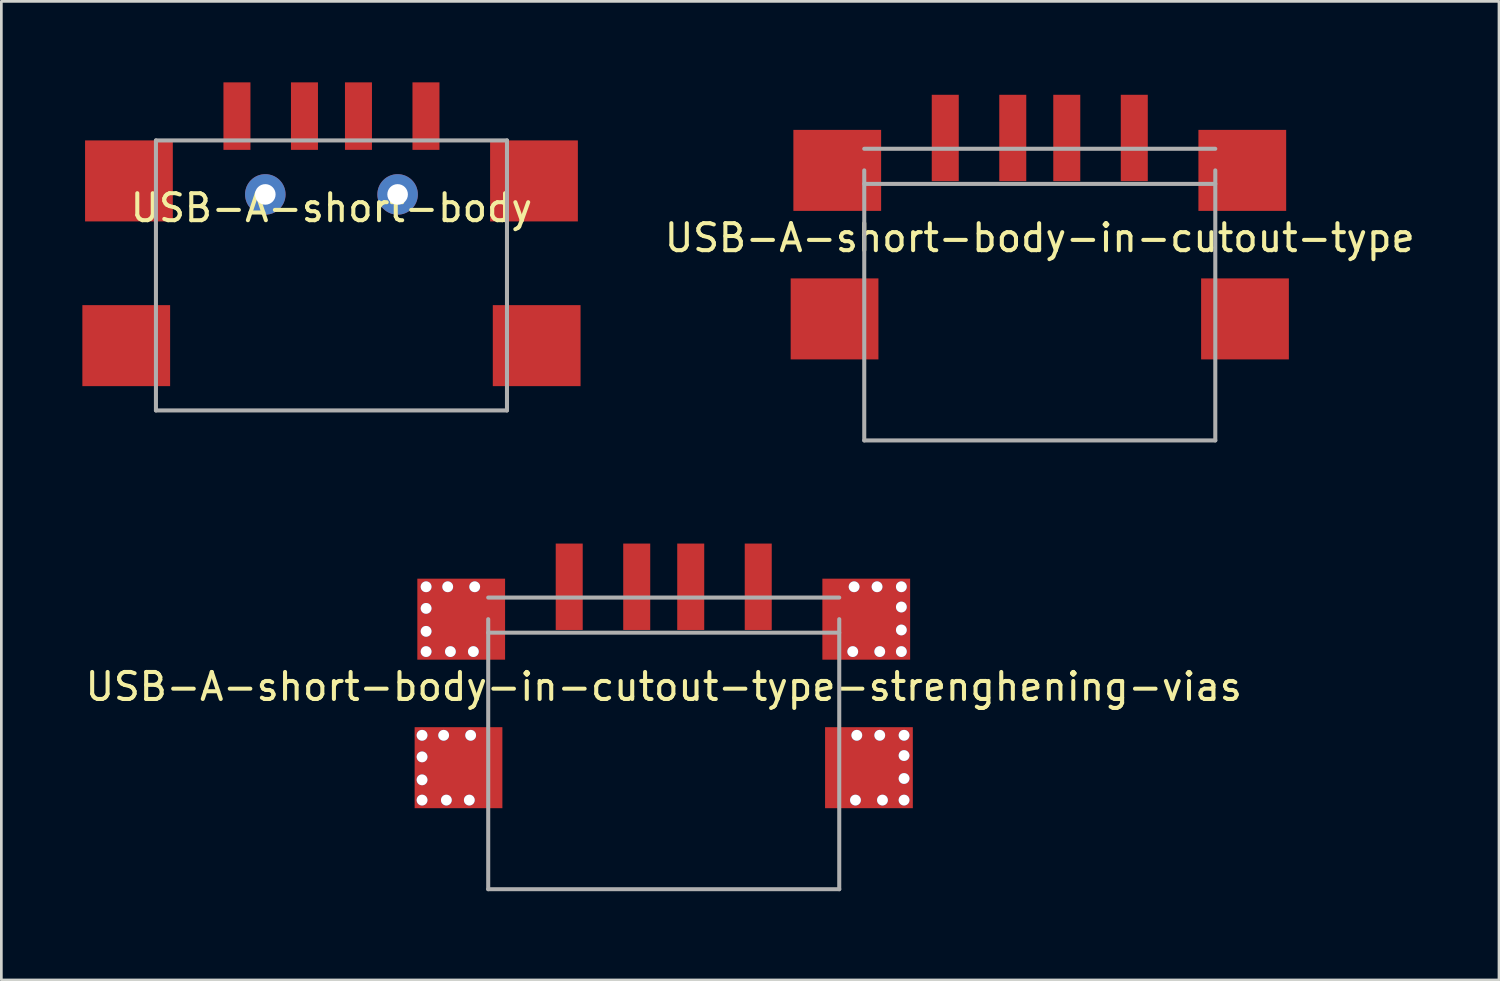
<source format=kicad_pcb>
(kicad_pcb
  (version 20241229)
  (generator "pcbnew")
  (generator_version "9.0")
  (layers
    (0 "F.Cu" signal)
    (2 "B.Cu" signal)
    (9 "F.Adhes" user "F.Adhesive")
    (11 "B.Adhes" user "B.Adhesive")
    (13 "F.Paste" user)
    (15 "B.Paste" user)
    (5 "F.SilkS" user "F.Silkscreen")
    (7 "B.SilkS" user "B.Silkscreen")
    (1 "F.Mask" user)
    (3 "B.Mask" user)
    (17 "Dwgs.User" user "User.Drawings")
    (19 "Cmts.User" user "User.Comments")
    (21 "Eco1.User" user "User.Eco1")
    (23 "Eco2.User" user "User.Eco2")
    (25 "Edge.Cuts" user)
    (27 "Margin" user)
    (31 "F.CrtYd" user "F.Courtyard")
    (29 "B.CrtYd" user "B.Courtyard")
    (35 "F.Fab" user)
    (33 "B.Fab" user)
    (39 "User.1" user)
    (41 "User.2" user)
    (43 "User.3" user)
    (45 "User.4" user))
  (footprint "USB-A-short-body-in-cutout-type-strenghening-vias"
    (layer "F.Cu")
    (at 21.53 29.88)
    (property "Reference" "USB-A-short-body-in-cutout-type-strenghening-vias" (at 0 -7.5 0) (unlocked yes) (layer "F.SilkS") (effects (font (size 1 1) (thickness 0.15))))
    (attr through_hole)
    (fp_line (start -6.7 0.2) (end -6.7 -13.2) (stroke (width 0.12) (type solid)) (layer "Eco1.User"))
    (fp_line (start 6.7 0.3) (end 6.7 -13.1) (stroke (width 0.12) (type solid)) (layer "Eco1.User"))
    (fp_line (start 9.6 -10.2) (end -11.7 -10.2) (stroke (width 0.12) (type solid)) (layer "Eco1.User"))
    (fp_line (start -6.5 -10) (end -6.5 0) (stroke (width 0.15) (type solid)) (layer "F.Fab"))
    (fp_line (start 6.5 -10.8) (end -6.5 -10.8) (stroke (width 0.15) (type solid)) (layer "F.Fab"))
    (fp_line (start 6.5 -10) (end 6.5 0) (stroke (width 0.15) (type solid)) (layer "F.Fab"))
    (fp_line (start 6.5 -9.5) (end -6.5 -9.5) (stroke (width 0.15) (type solid)) (layer "F.Fab"))
    (fp_line (start 6.5 0) (end -6.5 0) (stroke (width 0.15) (type solid)) (layer "F.Fab"))
    (pad "1" smd rect (at -3.5 -11.2) (size 1 3.2) (layers "F.Cu" "F.Mask" "F.Paste"))
    (pad "2" smd rect (at -1 -11.2) (size 1 3.2) (layers "F.Cu" "F.Mask" "F.Paste"))
    (pad "3" smd rect (at 1 -11.2) (size 1 3.2) (layers "F.Cu" "F.Mask" "F.Paste"))
    (pad "4" smd rect (at 3.5 -11.2) (size 1 3.2) (layers "F.Cu" "F.Mask" "F.Paste"))
    (pad "5" thru_hole circle (at -8.95 -5.7) (size 0.4 0.4) (drill 0.4) (layers "*.Cu" "*.Mask"))
    (pad "5" thru_hole circle (at -8.95 -4.9) (size 0.4 0.4) (drill 0.4) (layers "*.Cu" "*.Mask"))
    (pad "5" thru_hole circle (at -8.95 -4.05) (size 0.4 0.4) (drill 0.4) (layers "*.Cu" "*.Mask"))
    (pad "5" thru_hole circle (at -8.95 -3.3) (size 0.4 0.4) (drill 0.4) (layers "*.Cu" "*.Mask"))
    (pad "5" thru_hole circle (at -8.8 -11.2) (size 0.4 0.4) (drill 0.4) (layers "*.Cu" "*.Mask"))
    (pad "5" thru_hole circle (at -8.8 -10.4) (size 0.4 0.4) (drill 0.4) (layers "*.Cu" "*.Mask"))
    (pad "5" thru_hole circle (at -8.8 -9.55) (size 0.4 0.4) (drill 0.4) (layers "*.Cu" "*.Mask"))
    (pad "5" thru_hole circle (at -8.8 -8.8) (size 0.4 0.4) (drill 0.4) (layers "*.Cu" "*.Mask"))
    (pad "5" thru_hole circle (at -8.15 -5.7) (size 0.4 0.4) (drill 0.4) (layers "*.Cu" "*.Mask"))
    (pad "5" thru_hole circle (at -8.05 -3.3) (size 0.4 0.4) (drill 0.4) (layers "*.Cu" "*.Mask"))
    (pad "5" thru_hole circle (at -8 -11.2) (size 0.4 0.4) (drill 0.4) (layers "*.Cu" "*.Mask"))
    (pad "5" thru_hole circle (at -7.9 -8.8) (size 0.4 0.4) (drill 0.4) (layers "*.Cu" "*.Mask"))
    (pad "5" smd rect (at -7.6 -4.5) (size 3.25 3) (layers "F.Cu" "F.Mask" "F.Paste"))
    (pad "5" smd rect (at -7.5 -10) (size 3.25 3) (layers "F.Cu" "F.Mask" "F.Paste"))
    (pad "5" thru_hole circle (at -7.2 -3.3) (size 0.4 0.4) (drill 0.4) (layers "*.Cu" "*.Mask"))
    (pad "5" thru_hole circle (at -7.15 -5.7) (size 0.4 0.4) (drill 0.4) (layers "*.Cu" "*.Mask"))
    (pad "5" thru_hole circle (at -7.05 -8.8) (size 0.4 0.4) (drill 0.4) (layers "*.Cu" "*.Mask"))
    (pad "5" thru_hole circle (at -7 -11.2) (size 0.4 0.4) (drill 0.4) (layers "*.Cu" "*.Mask"))
    (pad "5" thru_hole circle (at 7 -8.8 180) (size 0.4 0.4) (drill 0.4) (layers "*.Cu" "*.Mask"))
    (pad "5" thru_hole circle (at 7.05 -11.2 180) (size 0.4 0.4) (drill 0.4) (layers "*.Cu" "*.Mask"))
    (pad "5" thru_hole circle (at 7.1 -3.3 180) (size 0.4 0.4) (drill 0.4) (layers "*.Cu" "*.Mask"))
    (pad "5" thru_hole circle (at 7.15 -5.7 180) (size 0.4 0.4) (drill 0.4) (layers "*.Cu" "*.Mask"))
    (pad "5" smd rect (at 7.5 -10) (size 3.25 3) (layers "F.Cu" "F.Mask" "F.Paste"))
    (pad "5" smd rect (at 7.6 -4.5) (size 3.25 3) (layers "F.Cu" "F.Mask" "F.Paste"))
    (pad "5" thru_hole circle (at 7.9 -11.2 180) (size 0.4 0.4) (drill 0.4) (layers "*.Cu" "*.Mask"))
    (pad "5" thru_hole circle (at 8 -8.8 180) (size 0.4 0.4) (drill 0.4) (layers "*.Cu" "*.Mask"))
    (pad "5" thru_hole circle (at 8 -5.7 180) (size 0.4 0.4) (drill 0.4) (layers "*.Cu" "*.Mask"))
    (pad "5" thru_hole circle (at 8.1 -3.3 180) (size 0.4 0.4) (drill 0.4) (layers "*.Cu" "*.Mask"))
    (pad "5" thru_hole circle (at 8.8 -11.2 180) (size 0.4 0.4) (drill 0.4) (layers "*.Cu" "*.Mask"))
    (pad "5" thru_hole circle (at 8.8 -10.45 180) (size 0.4 0.4) (drill 0.4) (layers "*.Cu" "*.Mask"))
    (pad "5" thru_hole circle (at 8.8 -9.6 180) (size 0.4 0.4) (drill 0.4) (layers "*.Cu" "*.Mask"))
    (pad "5" thru_hole circle (at 8.8 -8.8 180) (size 0.4 0.4) (drill 0.4) (layers "*.Cu" "*.Mask"))
    (pad "5" thru_hole circle (at 8.9 -5.7 180) (size 0.4 0.4) (drill 0.4) (layers "*.Cu" "*.Mask"))
    (pad "5" thru_hole circle (at 8.9 -4.95 180) (size 0.4 0.4) (drill 0.4) (layers "*.Cu" "*.Mask"))
    (pad "5" thru_hole circle (at 8.9 -4.1 180) (size 0.4 0.4) (drill 0.4) (layers "*.Cu" "*.Mask"))
    (pad "5" thru_hole circle (at 8.9 -3.3 180) (size 0.4 0.4) (drill 0.4) (layers "*.Cu" "*.Mask")))
  (footprint "USB-A-short-body-in-cutout-type"
    (layer "F.Cu")
    (at 35.456 13.26)
    (property "Reference" "USB-A-short-body-in-cutout-type" (at 0 -7.5 0) (unlocked yes) (layer "F.SilkS") (effects (font (size 1 1) (thickness 0.15))))
    (attr through_hole)
    (fp_line (start -6.7 0.2) (end -6.7 -13.2) (stroke (width 0.12) (type solid)) (layer "Eco1.User"))
    (fp_line (start 6.7 0.3) (end 6.7 -13.1) (stroke (width 0.12) (type solid)) (layer "Eco1.User"))
    (fp_line (start 9.6 -10.2) (end -11.7 -10.2) (stroke (width 0.12) (type solid)) (layer "Eco1.User"))
    (fp_line (start -6.5 -10) (end -6.5 0) (stroke (width 0.15) (type solid)) (layer "F.Fab"))
    (fp_line (start 6.5 -10.8) (end -6.5 -10.8) (stroke (width 0.15) (type solid)) (layer "F.Fab"))
    (fp_line (start 6.5 -10) (end 6.5 0) (stroke (width 0.15) (type solid)) (layer "F.Fab"))
    (fp_line (start 6.5 -9.5) (end -6.5 -9.5) (stroke (width 0.15) (type solid)) (layer "F.Fab"))
    (fp_line (start 6.5 0) (end -6.5 0) (stroke (width 0.15) (type solid)) (layer "F.Fab"))
    (pad "1" smd rect (at -3.5 -11.2) (size 1 3.2) (layers "F.Cu" "F.Mask" "F.Paste"))
    (pad "2" smd rect (at -1 -11.2) (size 1 3.2) (layers "F.Cu" "F.Mask" "F.Paste"))
    (pad "3" smd rect (at 1 -11.2) (size 1 3.2) (layers "F.Cu" "F.Mask" "F.Paste"))
    (pad "4" smd rect (at 3.5 -11.2) (size 1 3.2) (layers "F.Cu" "F.Mask" "F.Paste"))
    (pad "5" smd rect (at -7.6 -4.5) (size 3.25 3) (layers "F.Cu" "F.Mask" "F.Paste"))
    (pad "5" smd rect (at -7.5 -10) (size 3.25 3) (layers "F.Cu" "F.Mask" "F.Paste"))
    (pad "5" smd rect (at 7.5 -10) (size 3.25 3) (layers "F.Cu" "F.Mask" "F.Paste"))
    (pad "5" smd rect (at 7.6 -4.5) (size 3.25 3) (layers "F.Cu" "F.Mask" "F.Paste")))
  (footprint "USB-A-short-body"
    (layer "F.Cu")
    (at 9.225 4.15)
    (property "Reference" "USB-A-short-body" (at 0 0.5 0) (unlocked yes) (layer "F.SilkS") (effects (font (size 1 1) (thickness 0.15))))
    (attr through_hole)
    (fp_line (start -6.5 -2) (end -6.5 8) (stroke (width 0.15) (type solid)) (layer "F.Fab"))
    (fp_line (start 6.5 -2) (end -6.5 -2) (stroke (width 0.15) (type solid)) (layer "F.Fab"))
    (fp_line (start 6.5 -2) (end 6.5 8) (stroke (width 0.15) (type solid)) (layer "F.Fab"))
    (fp_line (start 6.5 8) (end -6.5 8) (stroke (width 0.15) (type solid)) (layer "F.Fab"))
    (pad "" np_thru_hole circle (at -2.45 0) (size 1.5 1.5) (drill 0.762) (layers "*.Cu" "*.Mask"))
    (pad "" np_thru_hole circle (at 2.45 0) (size 1.5 1.5) (drill 0.762) (layers "*.Cu" "*.Mask"))
    (pad "1" smd rect (at -3.5 -2.9) (size 1 2.5) (layers "F.Cu" "F.Mask" "F.Paste"))
    (pad "2" smd rect (at -1 -2.9) (size 1 2.5) (layers "F.Cu" "F.Mask" "F.Paste"))
    (pad "3" smd rect (at 1 -2.9) (size 1 2.5) (layers "F.Cu" "F.Mask" "F.Paste"))
    (pad "4" smd rect (at 3.5 -2.9) (size 1 2.5) (layers "F.Cu" "F.Mask" "F.Paste"))
    (pad "~" smd rect (at -7.6 5.6) (size 3.25 3) (layers "F.Cu" "F.Mask" "F.Paste"))
    (pad "~" smd rect (at -7.5 -0.5) (size 3.25 3) (layers "F.Cu" "F.Mask" "F.Paste"))
    (pad "~" smd rect (at 7.5 -0.5) (size 3.25 3) (layers "F.Cu" "F.Mask" "F.Paste"))
    (pad "~" smd rect (at 7.6 5.6) (size 3.25 3) (layers "F.Cu" "F.Mask" "F.Paste")))
  (gr_rect
    (start -3 -3)
    (end 52.462 33.24)
    (stroke (width 0.1) (type default))
    (fill no)
    (layer "Edge.Cuts")))
</source>
